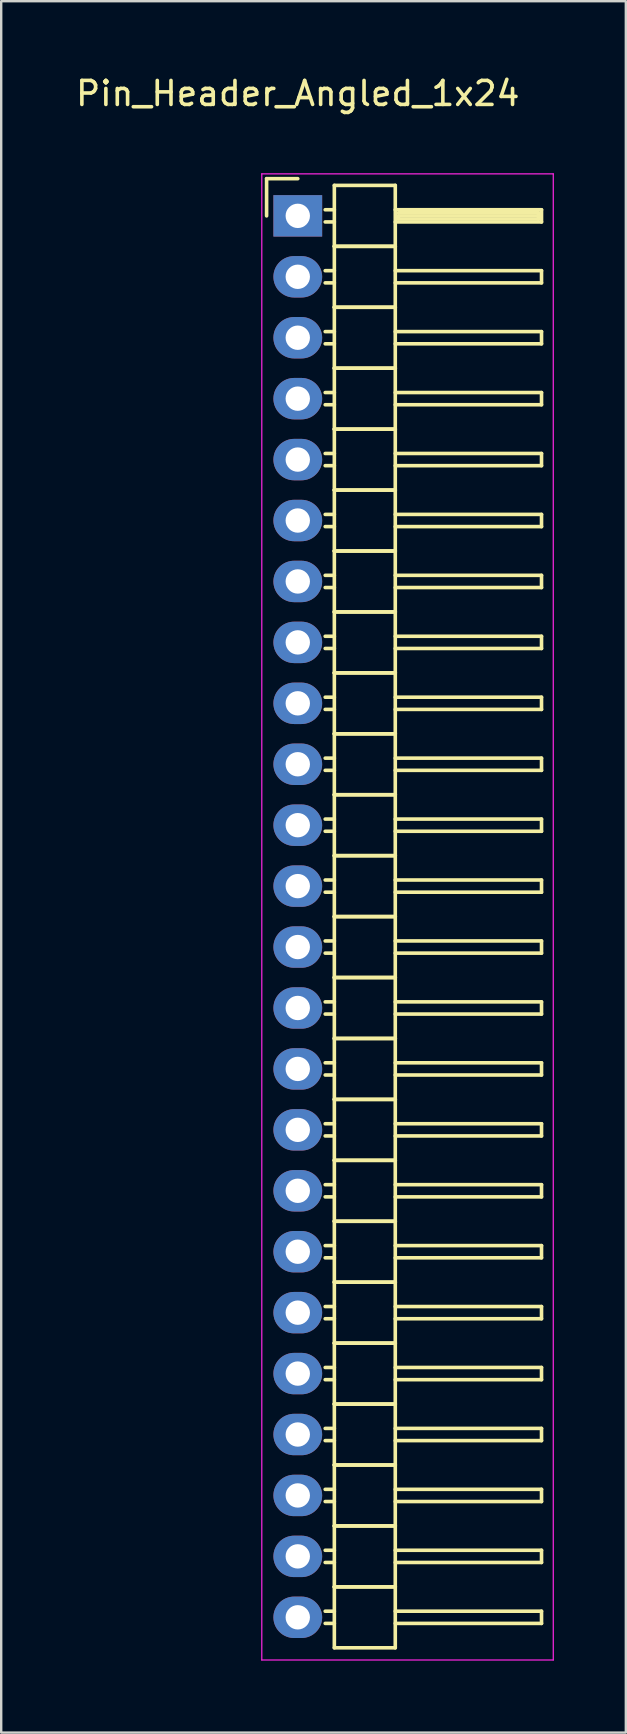
<source format=kicad_pcb>
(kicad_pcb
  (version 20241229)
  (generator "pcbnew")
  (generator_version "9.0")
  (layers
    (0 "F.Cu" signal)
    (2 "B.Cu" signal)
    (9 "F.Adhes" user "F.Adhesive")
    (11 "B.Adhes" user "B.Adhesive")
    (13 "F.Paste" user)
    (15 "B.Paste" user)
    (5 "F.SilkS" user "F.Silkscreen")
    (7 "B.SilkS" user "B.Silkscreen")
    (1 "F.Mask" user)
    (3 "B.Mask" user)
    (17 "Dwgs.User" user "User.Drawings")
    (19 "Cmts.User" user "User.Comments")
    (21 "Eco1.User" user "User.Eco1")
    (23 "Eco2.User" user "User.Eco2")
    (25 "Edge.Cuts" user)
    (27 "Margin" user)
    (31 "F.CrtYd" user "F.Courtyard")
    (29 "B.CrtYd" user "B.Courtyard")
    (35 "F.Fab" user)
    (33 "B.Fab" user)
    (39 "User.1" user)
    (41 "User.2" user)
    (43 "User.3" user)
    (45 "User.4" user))
  (footprint "Pin_Header_Angled_1x24"
    (layer "F.Cu")
    (at 9.363 5.948)
    (property "Reference" "Pin_Header_Angled_1x24" (at 0 -5.1 0) (layer "F.SilkS") (effects (font (size 1 1) (thickness 0.15))))
    (attr through_hole)
    (fp_line (start -1.3 -1.55) (end -1.3 0) (stroke (width 0.15) (type solid)) (layer "F.SilkS"))
    (fp_line (start 0 -1.55) (end -1.3 -1.55) (stroke (width 0.15) (type solid)) (layer "F.SilkS"))
    (fp_line (start 1.524 -1.27) (end 1.524 1.27) (stroke (width 0.15) (type solid)) (layer "F.SilkS"))
    (fp_line (start 1.524 -1.27) (end 4.064 -1.27) (stroke (width 0.15) (type solid)) (layer "F.SilkS"))
    (fp_line (start 1.524 -0.254) (end 1.143 -0.254) (stroke (width 0.15) (type solid)) (layer "F.SilkS"))
    (fp_line (start 1.524 0.254) (end 1.143 0.254) (stroke (width 0.15) (type solid)) (layer "F.SilkS"))
    (fp_line (start 1.524 1.27) (end 1.524 3.81) (stroke (width 0.15) (type solid)) (layer "F.SilkS"))
    (fp_line (start 1.524 1.27) (end 4.064 1.27) (stroke (width 0.15) (type solid)) (layer "F.SilkS"))
    (fp_line (start 1.524 1.27) (end 4.064 1.27) (stroke (width 0.15) (type solid)) (layer "F.SilkS"))
    (fp_line (start 1.524 2.286) (end 1.143 2.286) (stroke (width 0.15) (type solid)) (layer "F.SilkS"))
    (fp_line (start 1.524 2.794) (end 1.143 2.794) (stroke (width 0.15) (type solid)) (layer "F.SilkS"))
    (fp_line (start 1.524 3.81) (end 1.524 6.35) (stroke (width 0.15) (type solid)) (layer "F.SilkS"))
    (fp_line (start 1.524 3.81) (end 4.064 3.81) (stroke (width 0.15) (type solid)) (layer "F.SilkS"))
    (fp_line (start 1.524 3.81) (end 4.064 3.81) (stroke (width 0.15) (type solid)) (layer "F.SilkS"))
    (fp_line (start 1.524 4.826) (end 1.143 4.826) (stroke (width 0.15) (type solid)) (layer "F.SilkS"))
    (fp_line (start 1.524 5.334) (end 1.143 5.334) (stroke (width 0.15) (type solid)) (layer "F.SilkS"))
    (fp_line (start 1.524 6.35) (end 1.524 8.89) (stroke (width 0.15) (type solid)) (layer "F.SilkS"))
    (fp_line (start 1.524 6.35) (end 4.064 6.35) (stroke (width 0.15) (type solid)) (layer "F.SilkS"))
    (fp_line (start 1.524 6.35) (end 4.064 6.35) (stroke (width 0.15) (type solid)) (layer "F.SilkS"))
    (fp_line (start 1.524 7.366) (end 1.143 7.366) (stroke (width 0.15) (type solid)) (layer "F.SilkS"))
    (fp_line (start 1.524 7.874) (end 1.143 7.874) (stroke (width 0.15) (type solid)) (layer "F.SilkS"))
    (fp_line (start 1.524 8.89) (end 1.524 11.43) (stroke (width 0.15) (type solid)) (layer "F.SilkS"))
    (fp_line (start 1.524 8.89) (end 4.064 8.89) (stroke (width 0.15) (type solid)) (layer "F.SilkS"))
    (fp_line (start 1.524 8.89) (end 4.064 8.89) (stroke (width 0.15) (type solid)) (layer "F.SilkS"))
    (fp_line (start 1.524 9.906) (end 1.143 9.906) (stroke (width 0.15) (type solid)) (layer "F.SilkS"))
    (fp_line (start 1.524 10.414) (end 1.143 10.414) (stroke (width 0.15) (type solid)) (layer "F.SilkS"))
    (fp_line (start 1.524 11.43) (end 1.524 13.97) (stroke (width 0.15) (type solid)) (layer "F.SilkS"))
    (fp_line (start 1.524 11.43) (end 4.064 11.43) (stroke (width 0.15) (type solid)) (layer "F.SilkS"))
    (fp_line (start 1.524 11.43) (end 4.064 11.43) (stroke (width 0.15) (type solid)) (layer "F.SilkS"))
    (fp_line (start 1.524 12.446) (end 1.143 12.446) (stroke (width 0.15) (type solid)) (layer "F.SilkS"))
    (fp_line (start 1.524 12.954) (end 1.143 12.954) (stroke (width 0.15) (type solid)) (layer "F.SilkS"))
    (fp_line (start 1.524 13.97) (end 1.524 16.51) (stroke (width 0.15) (type solid)) (layer "F.SilkS"))
    (fp_line (start 1.524 13.97) (end 4.064 13.97) (stroke (width 0.15) (type solid)) (layer "F.SilkS"))
    (fp_line (start 1.524 13.97) (end 4.064 13.97) (stroke (width 0.15) (type solid)) (layer "F.SilkS"))
    (fp_line (start 1.524 14.986) (end 1.143 14.986) (stroke (width 0.15) (type solid)) (layer "F.SilkS"))
    (fp_line (start 1.524 15.494) (end 1.143 15.494) (stroke (width 0.15) (type solid)) (layer "F.SilkS"))
    (fp_line (start 1.524 16.51) (end 1.524 19.05) (stroke (width 0.15) (type solid)) (layer "F.SilkS"))
    (fp_line (start 1.524 16.51) (end 4.064 16.51) (stroke (width 0.15) (type solid)) (layer "F.SilkS"))
    (fp_line (start 1.524 16.51) (end 4.064 16.51) (stroke (width 0.15) (type solid)) (layer "F.SilkS"))
    (fp_line (start 1.524 17.526) (end 1.143 17.526) (stroke (width 0.15) (type solid)) (layer "F.SilkS"))
    (fp_line (start 1.524 18.034) (end 1.143 18.034) (stroke (width 0.15) (type solid)) (layer "F.SilkS"))
    (fp_line (start 1.524 19.05) (end 1.524 21.59) (stroke (width 0.15) (type solid)) (layer "F.SilkS"))
    (fp_line (start 1.524 19.05) (end 4.064 19.05) (stroke (width 0.15) (type solid)) (layer "F.SilkS"))
    (fp_line (start 1.524 19.05) (end 4.064 19.05) (stroke (width 0.15) (type solid)) (layer "F.SilkS"))
    (fp_line (start 1.524 20.066) (end 1.143 20.066) (stroke (width 0.15) (type solid)) (layer "F.SilkS"))
    (fp_line (start 1.524 20.574) (end 1.143 20.574) (stroke (width 0.15) (type solid)) (layer "F.SilkS"))
    (fp_line (start 1.524 21.59) (end 1.524 24.13) (stroke (width 0.15) (type solid)) (layer "F.SilkS"))
    (fp_line (start 1.524 21.59) (end 4.064 21.59) (stroke (width 0.15) (type solid)) (layer "F.SilkS"))
    (fp_line (start 1.524 21.59) (end 4.064 21.59) (stroke (width 0.15) (type solid)) (layer "F.SilkS"))
    (fp_line (start 1.524 22.606) (end 1.143 22.606) (stroke (width 0.15) (type solid)) (layer "F.SilkS"))
    (fp_line (start 1.524 23.114) (end 1.143 23.114) (stroke (width 0.15) (type solid)) (layer "F.SilkS"))
    (fp_line (start 1.524 24.13) (end 1.524 26.67) (stroke (width 0.15) (type solid)) (layer "F.SilkS"))
    (fp_line (start 1.524 24.13) (end 4.064 24.13) (stroke (width 0.15) (type solid)) (layer "F.SilkS"))
    (fp_line (start 1.524 24.13) (end 4.064 24.13) (stroke (width 0.15) (type solid)) (layer "F.SilkS"))
    (fp_line (start 1.524 25.146) (end 1.143 25.146) (stroke (width 0.15) (type solid)) (layer "F.SilkS"))
    (fp_line (start 1.524 25.654) (end 1.143 25.654) (stroke (width 0.15) (type solid)) (layer "F.SilkS"))
    (fp_line (start 1.524 26.67) (end 1.524 29.21) (stroke (width 0.15) (type solid)) (layer "F.SilkS"))
    (fp_line (start 1.524 26.67) (end 4.064 26.67) (stroke (width 0.15) (type solid)) (layer "F.SilkS"))
    (fp_line (start 1.524 26.67) (end 4.064 26.67) (stroke (width 0.15) (type solid)) (layer "F.SilkS"))
    (fp_line (start 1.524 27.686) (end 1.143 27.686) (stroke (width 0.15) (type solid)) (layer "F.SilkS"))
    (fp_line (start 1.524 28.194) (end 1.143 28.194) (stroke (width 0.15) (type solid)) (layer "F.SilkS"))
    (fp_line (start 1.524 29.21) (end 1.524 31.75) (stroke (width 0.15) (type solid)) (layer "F.SilkS"))
    (fp_line (start 1.524 29.21) (end 4.064 29.21) (stroke (width 0.15) (type solid)) (layer "F.SilkS"))
    (fp_line (start 1.524 29.21) (end 4.064 29.21) (stroke (width 0.15) (type solid)) (layer "F.SilkS"))
    (fp_line (start 1.524 30.226) (end 1.143 30.226) (stroke (width 0.15) (type solid)) (layer "F.SilkS"))
    (fp_line (start 1.524 30.734) (end 1.143 30.734) (stroke (width 0.15) (type solid)) (layer "F.SilkS"))
    (fp_line (start 1.524 31.75) (end 1.524 34.29) (stroke (width 0.15) (type solid)) (layer "F.SilkS"))
    (fp_line (start 1.524 31.75) (end 4.064 31.75) (stroke (width 0.15) (type solid)) (layer "F.SilkS"))
    (fp_line (start 1.524 31.75) (end 4.064 31.75) (stroke (width 0.15) (type solid)) (layer "F.SilkS"))
    (fp_line (start 1.524 32.766) (end 1.143 32.766) (stroke (width 0.15) (type solid)) (layer "F.SilkS"))
    (fp_line (start 1.524 33.274) (end 1.143 33.274) (stroke (width 0.15) (type solid)) (layer "F.SilkS"))
    (fp_line (start 1.524 34.29) (end 1.524 36.83) (stroke (width 0.15) (type solid)) (layer "F.SilkS"))
    (fp_line (start 1.524 34.29) (end 4.064 34.29) (stroke (width 0.15) (type solid)) (layer "F.SilkS"))
    (fp_line (start 1.524 34.29) (end 4.064 34.29) (stroke (width 0.15) (type solid)) (layer "F.SilkS"))
    (fp_line (start 1.524 35.306) (end 1.143 35.306) (stroke (width 0.15) (type solid)) (layer "F.SilkS"))
    (fp_line (start 1.524 35.814) (end 1.143 35.814) (stroke (width 0.15) (type solid)) (layer "F.SilkS"))
    (fp_line (start 1.524 36.83) (end 1.524 39.37) (stroke (width 0.15) (type solid)) (layer "F.SilkS"))
    (fp_line (start 1.524 36.83) (end 4.064 36.83) (stroke (width 0.15) (type solid)) (layer "F.SilkS"))
    (fp_line (start 1.524 36.83) (end 4.064 36.83) (stroke (width 0.15) (type solid)) (layer "F.SilkS"))
    (fp_line (start 1.524 37.846) (end 1.143 37.846) (stroke (width 0.15) (type solid)) (layer "F.SilkS"))
    (fp_line (start 1.524 38.354) (end 1.143 38.354) (stroke (width 0.15) (type solid)) (layer "F.SilkS"))
    (fp_line (start 1.524 39.37) (end 1.524 41.91) (stroke (width 0.15) (type solid)) (layer "F.SilkS"))
    (fp_line (start 1.524 39.37) (end 4.064 39.37) (stroke (width 0.15) (type solid)) (layer "F.SilkS"))
    (fp_line (start 1.524 39.37) (end 4.064 39.37) (stroke (width 0.15) (type solid)) (layer "F.SilkS"))
    (fp_line (start 1.524 40.386) (end 1.143 40.386) (stroke (width 0.15) (type solid)) (layer "F.SilkS"))
    (fp_line (start 1.524 40.894) (end 1.143 40.894) (stroke (width 0.15) (type solid)) (layer "F.SilkS"))
    (fp_line (start 1.524 41.91) (end 1.524 44.45) (stroke (width 0.15) (type solid)) (layer "F.SilkS"))
    (fp_line (start 1.524 41.91) (end 4.064 41.91) (stroke (width 0.15) (type solid)) (layer "F.SilkS"))
    (fp_line (start 1.524 41.91) (end 4.064 41.91) (stroke (width 0.15) (type solid)) (layer "F.SilkS"))
    (fp_line (start 1.524 42.926) (end 1.143 42.926) (stroke (width 0.15) (type solid)) (layer "F.SilkS"))
    (fp_line (start 1.524 43.434) (end 1.143 43.434) (stroke (width 0.15) (type solid)) (layer "F.SilkS"))
    (fp_line (start 1.524 44.45) (end 1.524 46.99) (stroke (width 0.15) (type solid)) (layer "F.SilkS"))
    (fp_line (start 1.524 44.45) (end 4.064 44.45) (stroke (width 0.15) (type solid)) (layer "F.SilkS"))
    (fp_line (start 1.524 44.45) (end 4.064 44.45) (stroke (width 0.15) (type solid)) (layer "F.SilkS"))
    (fp_line (start 1.524 45.466) (end 1.143 45.466) (stroke (width 0.15) (type solid)) (layer "F.SilkS"))
    (fp_line (start 1.524 45.974) (end 1.143 45.974) (stroke (width 0.15) (type solid)) (layer "F.SilkS"))
    (fp_line (start 1.524 46.99) (end 1.524 49.53) (stroke (width 0.15) (type solid)) (layer "F.SilkS"))
    (fp_line (start 1.524 46.99) (end 4.064 46.99) (stroke (width 0.15) (type solid)) (layer "F.SilkS"))
    (fp_line (start 1.524 46.99) (end 4.064 46.99) (stroke (width 0.15) (type solid)) (layer "F.SilkS"))
    (fp_line (start 1.524 48.006) (end 1.143 48.006) (stroke (width 0.15) (type solid)) (layer "F.SilkS"))
    (fp_line (start 1.524 48.514) (end 1.143 48.514) (stroke (width 0.15) (type solid)) (layer "F.SilkS"))
    (fp_line (start 1.524 49.53) (end 1.524 52.07) (stroke (width 0.15) (type solid)) (layer "F.SilkS"))
    (fp_line (start 1.524 49.53) (end 4.064 49.53) (stroke (width 0.15) (type solid)) (layer "F.SilkS"))
    (fp_line (start 1.524 49.53) (end 4.064 49.53) (stroke (width 0.15) (type solid)) (layer "F.SilkS"))
    (fp_line (start 1.524 50.546) (end 1.143 50.546) (stroke (width 0.15) (type solid)) (layer "F.SilkS"))
    (fp_line (start 1.524 51.054) (end 1.143 51.054) (stroke (width 0.15) (type solid)) (layer "F.SilkS"))
    (fp_line (start 1.524 52.07) (end 1.524 54.61) (stroke (width 0.15) (type solid)) (layer "F.SilkS"))
    (fp_line (start 1.524 52.07) (end 4.064 52.07) (stroke (width 0.15) (type solid)) (layer "F.SilkS"))
    (fp_line (start 1.524 52.07) (end 4.064 52.07) (stroke (width 0.15) (type solid)) (layer "F.SilkS"))
    (fp_line (start 1.524 53.086) (end 1.143 53.086) (stroke (width 0.15) (type solid)) (layer "F.SilkS"))
    (fp_line (start 1.524 53.594) (end 1.143 53.594) (stroke (width 0.15) (type solid)) (layer "F.SilkS"))
    (fp_line (start 1.524 54.61) (end 1.524 57.15) (stroke (width 0.15) (type solid)) (layer "F.SilkS"))
    (fp_line (start 1.524 54.61) (end 4.064 54.61) (stroke (width 0.15) (type solid)) (layer "F.SilkS"))
    (fp_line (start 1.524 54.61) (end 4.064 54.61) (stroke (width 0.15) (type solid)) (layer "F.SilkS"))
    (fp_line (start 1.524 55.626) (end 1.143 55.626) (stroke (width 0.15) (type solid)) (layer "F.SilkS"))
    (fp_line (start 1.524 56.134) (end 1.143 56.134) (stroke (width 0.15) (type solid)) (layer "F.SilkS"))
    (fp_line (start 1.524 57.15) (end 1.524 59.69) (stroke (width 0.15) (type solid)) (layer "F.SilkS"))
    (fp_line (start 1.524 57.15) (end 4.064 57.15) (stroke (width 0.15) (type solid)) (layer "F.SilkS"))
    (fp_line (start 1.524 57.15) (end 4.064 57.15) (stroke (width 0.15) (type solid)) (layer "F.SilkS"))
    (fp_line (start 1.524 58.166) (end 1.143 58.166) (stroke (width 0.15) (type solid)) (layer "F.SilkS"))
    (fp_line (start 1.524 58.674) (end 1.143 58.674) (stroke (width 0.15) (type solid)) (layer "F.SilkS"))
    (fp_line (start 1.524 59.69) (end 4.064 59.69) (stroke (width 0.15) (type solid)) (layer "F.SilkS"))
    (fp_line (start 4.064 -0.254) (end 10.16 -0.254) (stroke (width 0.15) (type solid)) (layer "F.SilkS"))
    (fp_line (start 4.064 1.27) (end 4.064 -1.27) (stroke (width 0.15) (type solid)) (layer "F.SilkS"))
    (fp_line (start 4.064 2.286) (end 10.16 2.286) (stroke (width 0.15) (type solid)) (layer "F.SilkS"))
    (fp_line (start 4.064 3.81) (end 4.064 1.27) (stroke (width 0.15) (type solid)) (layer "F.SilkS"))
    (fp_line (start 4.064 4.826) (end 10.16 4.826) (stroke (width 0.15) (type solid)) (layer "F.SilkS"))
    (fp_line (start 4.064 6.35) (end 4.064 3.81) (stroke (width 0.15) (type solid)) (layer "F.SilkS"))
    (fp_line (start 4.064 7.366) (end 10.16 7.366) (stroke (width 0.15) (type solid)) (layer "F.SilkS"))
    (fp_line (start 4.064 8.89) (end 4.064 6.35) (stroke (width 0.15) (type solid)) (layer "F.SilkS"))
    (fp_line (start 4.064 9.906) (end 10.16 9.906) (stroke (width 0.15) (type solid)) (layer "F.SilkS"))
    (fp_line (start 4.064 11.43) (end 4.064 8.89) (stroke (width 0.15) (type solid)) (layer "F.SilkS"))
    (fp_line (start 4.064 12.446) (end 10.16 12.446) (stroke (width 0.15) (type solid)) (layer "F.SilkS"))
    (fp_line (start 4.064 13.97) (end 4.064 11.43) (stroke (width 0.15) (type solid)) (layer "F.SilkS"))
    (fp_line (start 4.064 14.986) (end 10.16 14.986) (stroke (width 0.15) (type solid)) (layer "F.SilkS"))
    (fp_line (start 4.064 16.51) (end 4.064 13.97) (stroke (width 0.15) (type solid)) (layer "F.SilkS"))
    (fp_line (start 4.064 17.526) (end 10.16 17.526) (stroke (width 0.15) (type solid)) (layer "F.SilkS"))
    (fp_line (start 4.064 19.05) (end 4.064 16.51) (stroke (width 0.15) (type solid)) (layer "F.SilkS"))
    (fp_line (start 4.064 20.066) (end 10.16 20.066) (stroke (width 0.15) (type solid)) (layer "F.SilkS"))
    (fp_line (start 4.064 21.59) (end 4.064 19.05) (stroke (width 0.15) (type solid)) (layer "F.SilkS"))
    (fp_line (start 4.064 22.606) (end 10.16 22.606) (stroke (width 0.15) (type solid)) (layer "F.SilkS"))
    (fp_line (start 4.064 24.13) (end 4.064 21.59) (stroke (width 0.15) (type solid)) (layer "F.SilkS"))
    (fp_line (start 4.064 25.146) (end 10.16 25.146) (stroke (width 0.15) (type solid)) (layer "F.SilkS"))
    (fp_line (start 4.064 26.67) (end 4.064 24.13) (stroke (width 0.15) (type solid)) (layer "F.SilkS"))
    (fp_line (start 4.064 27.686) (end 10.16 27.686) (stroke (width 0.15) (type solid)) (layer "F.SilkS"))
    (fp_line (start 4.064 29.21) (end 4.064 26.67) (stroke (width 0.15) (type solid)) (layer "F.SilkS"))
    (fp_line (start 4.064 30.226) (end 10.16 30.226) (stroke (width 0.15) (type solid)) (layer "F.SilkS"))
    (fp_line (start 4.064 31.75) (end 4.064 29.21) (stroke (width 0.15) (type solid)) (layer "F.SilkS"))
    (fp_line (start 4.064 32.766) (end 10.16 32.766) (stroke (width 0.15) (type solid)) (layer "F.SilkS"))
    (fp_line (start 4.064 34.29) (end 4.064 31.75) (stroke (width 0.15) (type solid)) (layer "F.SilkS"))
    (fp_line (start 4.064 35.306) (end 10.16 35.306) (stroke (width 0.15) (type solid)) (layer "F.SilkS"))
    (fp_line (start 4.064 36.83) (end 4.064 34.29) (stroke (width 0.15) (type solid)) (layer "F.SilkS"))
    (fp_line (start 4.064 37.846) (end 10.16 37.846) (stroke (width 0.15) (type solid)) (layer "F.SilkS"))
    (fp_line (start 4.064 39.37) (end 4.064 36.83) (stroke (width 0.15) (type solid)) (layer "F.SilkS"))
    (fp_line (start 4.064 40.386) (end 10.16 40.386) (stroke (width 0.15) (type solid)) (layer "F.SilkS"))
    (fp_line (start 4.064 41.91) (end 4.064 39.37) (stroke (width 0.15) (type solid)) (layer "F.SilkS"))
    (fp_line (start 4.064 42.926) (end 10.16 42.926) (stroke (width 0.15) (type solid)) (layer "F.SilkS"))
    (fp_line (start 4.064 44.45) (end 4.064 41.91) (stroke (width 0.15) (type solid)) (layer "F.SilkS"))
    (fp_line (start 4.064 45.466) (end 10.16 45.466) (stroke (width 0.15) (type solid)) (layer "F.SilkS"))
    (fp_line (start 4.064 46.99) (end 4.064 44.45) (stroke (width 0.15) (type solid)) (layer "F.SilkS"))
    (fp_line (start 4.064 48.006) (end 10.16 48.006) (stroke (width 0.15) (type solid)) (layer "F.SilkS"))
    (fp_line (start 4.064 49.53) (end 4.064 46.99) (stroke (width 0.15) (type solid)) (layer "F.SilkS"))
    (fp_line (start 4.064 50.546) (end 10.16 50.546) (stroke (width 0.15) (type solid)) (layer "F.SilkS"))
    (fp_line (start 4.064 52.07) (end 4.064 49.53) (stroke (width 0.15) (type solid)) (layer "F.SilkS"))
    (fp_line (start 4.064 53.086) (end 10.16 53.086) (stroke (width 0.15) (type solid)) (layer "F.SilkS"))
    (fp_line (start 4.064 54.61) (end 4.064 52.07) (stroke (width 0.15) (type solid)) (layer "F.SilkS"))
    (fp_line (start 4.064 55.626) (end 10.16 55.626) (stroke (width 0.15) (type solid)) (layer "F.SilkS"))
    (fp_line (start 4.064 57.15) (end 4.064 54.61) (stroke (width 0.15) (type solid)) (layer "F.SilkS"))
    (fp_line (start 4.064 58.166) (end 10.16 58.166) (stroke (width 0.15) (type solid)) (layer "F.SilkS"))
    (fp_line (start 4.064 59.69) (end 4.064 57.15) (stroke (width 0.15) (type solid)) (layer "F.SilkS"))
    (fp_line (start 4.191 -0.127) (end 10.033 -0.127) (stroke (width 0.15) (type solid)) (layer "F.SilkS"))
    (fp_line (start 4.191 0) (end 10.033 0) (stroke (width 0.15) (type solid)) (layer "F.SilkS"))
    (fp_line (start 4.191 0.127) (end 4.191 0) (stroke (width 0.15) (type solid)) (layer "F.SilkS"))
    (fp_line (start 10.033 -0.127) (end 10.033 0.127) (stroke (width 0.15) (type solid)) (layer "F.SilkS"))
    (fp_line (start 10.033 0.127) (end 4.191 0.127) (stroke (width 0.15) (type solid)) (layer "F.SilkS"))
    (fp_line (start 10.16 -0.254) (end 10.16 0.254) (stroke (width 0.15) (type solid)) (layer "F.SilkS"))
    (fp_line (start 10.16 0.254) (end 4.064 0.254) (stroke (width 0.15) (type solid)) (layer "F.SilkS"))
    (fp_line (start 10.16 2.286) (end 10.16 2.794) (stroke (width 0.15) (type solid)) (layer "F.SilkS"))
    (fp_line (start 10.16 2.794) (end 4.064 2.794) (stroke (width 0.15) (type solid)) (layer "F.SilkS"))
    (fp_line (start 10.16 4.826) (end 10.16 5.334) (stroke (width 0.15) (type solid)) (layer "F.SilkS"))
    (fp_line (start 10.16 5.334) (end 4.064 5.334) (stroke (width 0.15) (type solid)) (layer "F.SilkS"))
    (fp_line (start 10.16 7.366) (end 10.16 7.874) (stroke (width 0.15) (type solid)) (layer "F.SilkS"))
    (fp_line (start 10.16 7.874) (end 4.064 7.874) (stroke (width 0.15) (type solid)) (layer "F.SilkS"))
    (fp_line (start 10.16 9.906) (end 10.16 10.414) (stroke (width 0.15) (type solid)) (layer "F.SilkS"))
    (fp_line (start 10.16 10.414) (end 4.064 10.414) (stroke (width 0.15) (type solid)) (layer "F.SilkS"))
    (fp_line (start 10.16 12.446) (end 10.16 12.954) (stroke (width 0.15) (type solid)) (layer "F.SilkS"))
    (fp_line (start 10.16 12.954) (end 4.064 12.954) (stroke (width 0.15) (type solid)) (layer "F.SilkS"))
    (fp_line (start 10.16 14.986) (end 10.16 15.494) (stroke (width 0.15) (type solid)) (layer "F.SilkS"))
    (fp_line (start 10.16 15.494) (end 4.064 15.494) (stroke (width 0.15) (type solid)) (layer "F.SilkS"))
    (fp_line (start 10.16 17.526) (end 10.16 18.034) (stroke (width 0.15) (type solid)) (layer "F.SilkS"))
    (fp_line (start 10.16 18.034) (end 4.064 18.034) (stroke (width 0.15) (type solid)) (layer "F.SilkS"))
    (fp_line (start 10.16 20.066) (end 10.16 20.574) (stroke (width 0.15) (type solid)) (layer "F.SilkS"))
    (fp_line (start 10.16 20.574) (end 4.064 20.574) (stroke (width 0.15) (type solid)) (layer "F.SilkS"))
    (fp_line (start 10.16 22.606) (end 10.16 23.114) (stroke (width 0.15) (type solid)) (layer "F.SilkS"))
    (fp_line (start 10.16 23.114) (end 4.064 23.114) (stroke (width 0.15) (type solid)) (layer "F.SilkS"))
    (fp_line (start 10.16 25.146) (end 10.16 25.654) (stroke (width 0.15) (type solid)) (layer "F.SilkS"))
    (fp_line (start 10.16 25.654) (end 4.064 25.654) (stroke (width 0.15) (type solid)) (layer "F.SilkS"))
    (fp_line (start 10.16 27.686) (end 10.16 28.194) (stroke (width 0.15) (type solid)) (layer "F.SilkS"))
    (fp_line (start 10.16 28.194) (end 4.064 28.194) (stroke (width 0.15) (type solid)) (layer "F.SilkS"))
    (fp_line (start 10.16 30.226) (end 10.16 30.734) (stroke (width 0.15) (type solid)) (layer "F.SilkS"))
    (fp_line (start 10.16 30.734) (end 4.064 30.734) (stroke (width 0.15) (type solid)) (layer "F.SilkS"))
    (fp_line (start 10.16 32.766) (end 10.16 33.274) (stroke (width 0.15) (type solid)) (layer "F.SilkS"))
    (fp_line (start 10.16 33.274) (end 4.064 33.274) (stroke (width 0.15) (type solid)) (layer "F.SilkS"))
    (fp_line (start 10.16 35.306) (end 10.16 35.814) (stroke (width 0.15) (type solid)) (layer "F.SilkS"))
    (fp_line (start 10.16 35.814) (end 4.064 35.814) (stroke (width 0.15) (type solid)) (layer "F.SilkS"))
    (fp_line (start 10.16 37.846) (end 10.16 38.354) (stroke (width 0.15) (type solid)) (layer "F.SilkS"))
    (fp_line (start 10.16 38.354) (end 4.064 38.354) (stroke (width 0.15) (type solid)) (layer "F.SilkS"))
    (fp_line (start 10.16 40.386) (end 10.16 40.894) (stroke (width 0.15) (type solid)) (layer "F.SilkS"))
    (fp_line (start 10.16 40.894) (end 4.064 40.894) (stroke (width 0.15) (type solid)) (layer "F.SilkS"))
    (fp_line (start 10.16 42.926) (end 10.16 43.434) (stroke (width 0.15) (type solid)) (layer "F.SilkS"))
    (fp_line (start 10.16 43.434) (end 4.064 43.434) (stroke (width 0.15) (type solid)) (layer "F.SilkS"))
    (fp_line (start 10.16 45.466) (end 10.16 45.974) (stroke (width 0.15) (type solid)) (layer "F.SilkS"))
    (fp_line (start 10.16 45.974) (end 4.064 45.974) (stroke (width 0.15) (type solid)) (layer "F.SilkS"))
    (fp_line (start 10.16 48.006) (end 10.16 48.514) (stroke (width 0.15) (type solid)) (layer "F.SilkS"))
    (fp_line (start 10.16 48.514) (end 4.064 48.514) (stroke (width 0.15) (type solid)) (layer "F.SilkS"))
    (fp_line (start 10.16 50.546) (end 10.16 51.054) (stroke (width 0.15) (type solid)) (layer "F.SilkS"))
    (fp_line (start 10.16 51.054) (end 4.064 51.054) (stroke (width 0.15) (type solid)) (layer "F.SilkS"))
    (fp_line (start 10.16 53.086) (end 10.16 53.594) (stroke (width 0.15) (type solid)) (layer "F.SilkS"))
    (fp_line (start 10.16 53.594) (end 4.064 53.594) (stroke (width 0.15) (type solid)) (layer "F.SilkS"))
    (fp_line (start 10.16 55.626) (end 10.16 56.134) (stroke (width 0.15) (type solid)) (layer "F.SilkS"))
    (fp_line (start 10.16 56.134) (end 4.064 56.134) (stroke (width 0.15) (type solid)) (layer "F.SilkS"))
    (fp_line (start 10.16 58.166) (end 10.16 58.674) (stroke (width 0.15) (type solid)) (layer "F.SilkS"))
    (fp_line (start 10.16 58.674) (end 4.064 58.674) (stroke (width 0.15) (type solid)) (layer "F.SilkS"))
    (fp_line (start -1.5 -1.75) (end -1.5 60.2) (stroke (width 0.05) (type solid)) (layer "F.CrtYd"))
    (fp_line (start -1.5 -1.75) (end 10.65 -1.75) (stroke (width 0.05) (type solid)) (layer "F.CrtYd"))
    (fp_line (start -1.5 60.2) (end 10.65 60.2) (stroke (width 0.05) (type solid)) (layer "F.CrtYd"))
    (fp_line (start 10.65 -1.75) (end 10.65 60.2) (stroke (width 0.05) (type solid)) (layer "F.CrtYd"))
    (pad "1" thru_hole rect (at 0 0) (size 2.032 1.727) (drill 1.016) (layers "*.Cu" "*.Mask"))
    (pad "2" thru_hole oval (at 0 2.54) (size 2.032 1.727) (drill 1.016) (layers "*.Cu" "*.Mask"))
    (pad "3" thru_hole oval (at 0 5.08) (size 2.032 1.727) (drill 1.016) (layers "*.Cu" "*.Mask"))
    (pad "4" thru_hole oval (at 0 7.62) (size 2.032 1.727) (drill 1.016) (layers "*.Cu" "*.Mask"))
    (pad "5" thru_hole oval (at 0 10.16) (size 2.032 1.727) (drill 1.016) (layers "*.Cu" "*.Mask"))
    (pad "6" thru_hole oval (at 0 12.7) (size 2.032 1.727) (drill 1.016) (layers "*.Cu" "*.Mask"))
    (pad "7" thru_hole oval (at 0 15.24) (size 2.032 1.727) (drill 1.016) (layers "*.Cu" "*.Mask"))
    (pad "8" thru_hole oval (at 0 17.78) (size 2.032 1.727) (drill 1.016) (layers "*.Cu" "*.Mask"))
    (pad "9" thru_hole oval (at 0 20.32) (size 2.032 1.727) (drill 1.016) (layers "*.Cu" "*.Mask"))
    (pad "10" thru_hole oval (at 0 22.86) (size 2.032 1.727) (drill 1.016) (layers "*.Cu" "*.Mask"))
    (pad "11" thru_hole oval (at 0 25.4) (size 2.032 1.727) (drill 1.016) (layers "*.Cu" "*.Mask"))
    (pad "12" thru_hole oval (at 0 27.94) (size 2.032 1.727) (drill 1.016) (layers "*.Cu" "*.Mask"))
    (pad "13" thru_hole oval (at 0 30.48) (size 2.032 1.727) (drill 1.016) (layers "*.Cu" "*.Mask"))
    (pad "14" thru_hole oval (at 0 33.02) (size 2.032 1.727) (drill 1.016) (layers "*.Cu" "*.Mask"))
    (pad "15" thru_hole oval (at 0 35.56) (size 2.032 1.727) (drill 1.016) (layers "*.Cu" "*.Mask"))
    (pad "16" thru_hole oval (at 0 38.1) (size 2.032 1.727) (drill 1.016) (layers "*.Cu" "*.Mask"))
    (pad "17" thru_hole oval (at 0 40.64) (size 2.032 1.727) (drill 1.016) (layers "*.Cu" "*.Mask"))
    (pad "18" thru_hole oval (at 0 43.18) (size 2.032 1.727) (drill 1.016) (layers "*.Cu" "*.Mask"))
    (pad "19" thru_hole oval (at 0 45.72) (size 2.032 1.727) (drill 1.016) (layers "*.Cu" "*.Mask"))
    (pad "20" thru_hole oval (at 0 48.26) (size 2.032 1.727) (drill 1.016) (layers "*.Cu" "*.Mask"))
    (pad "21" thru_hole oval (at 0 50.8) (size 2.032 1.727) (drill 1.016) (layers "*.Cu" "*.Mask"))
    (pad "22" thru_hole oval (at 0 53.34) (size 2.032 1.727) (drill 1.016) (layers "*.Cu" "*.Mask"))
    (pad "23" thru_hole oval (at 0 55.88) (size 2.032 1.727) (drill 1.016) (layers "*.Cu" "*.Mask"))
    (pad "24" thru_hole oval (at 0 58.42) (size 2.032 1.727) (drill 1.016) (layers "*.Cu" "*.Mask")))
  (gr_rect
    (start -3 -3)
    (end 23.038 69.173)
    (stroke (width 0.1) (type default))
    (fill no)
    (layer "Edge.Cuts")))
</source>
